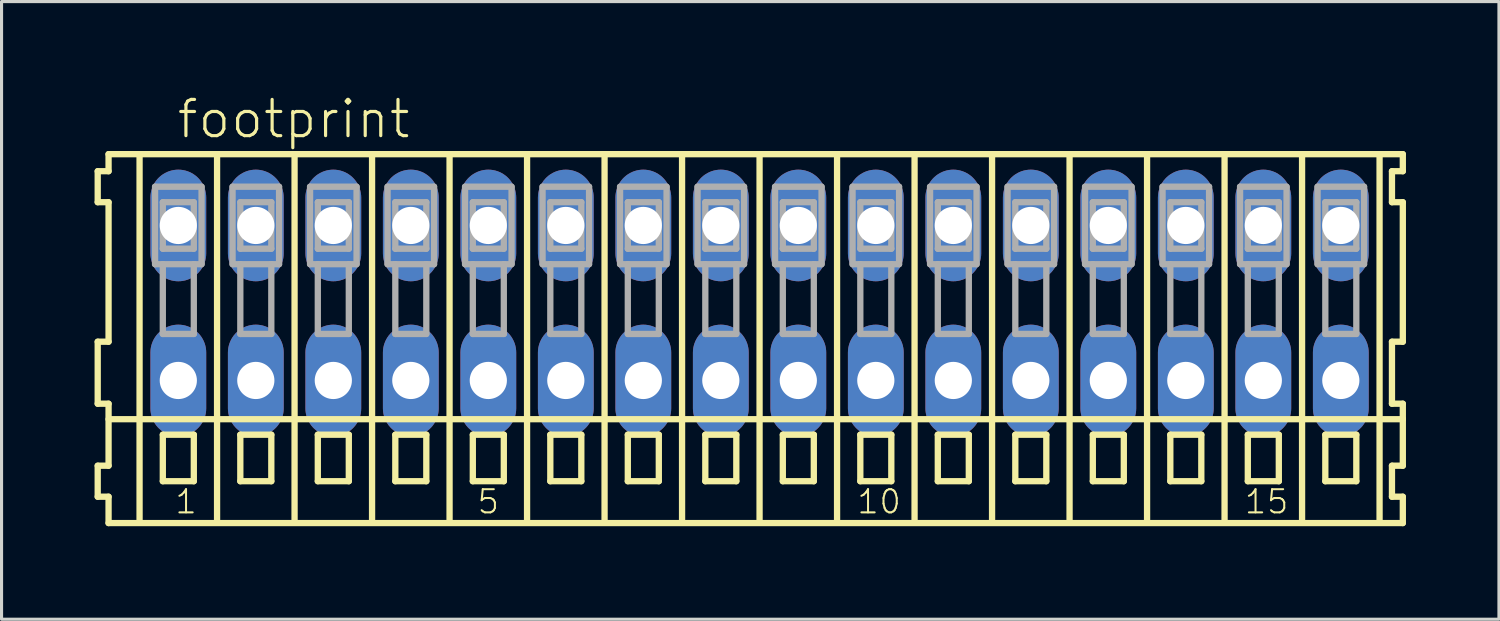
<source format=kicad_pcb>
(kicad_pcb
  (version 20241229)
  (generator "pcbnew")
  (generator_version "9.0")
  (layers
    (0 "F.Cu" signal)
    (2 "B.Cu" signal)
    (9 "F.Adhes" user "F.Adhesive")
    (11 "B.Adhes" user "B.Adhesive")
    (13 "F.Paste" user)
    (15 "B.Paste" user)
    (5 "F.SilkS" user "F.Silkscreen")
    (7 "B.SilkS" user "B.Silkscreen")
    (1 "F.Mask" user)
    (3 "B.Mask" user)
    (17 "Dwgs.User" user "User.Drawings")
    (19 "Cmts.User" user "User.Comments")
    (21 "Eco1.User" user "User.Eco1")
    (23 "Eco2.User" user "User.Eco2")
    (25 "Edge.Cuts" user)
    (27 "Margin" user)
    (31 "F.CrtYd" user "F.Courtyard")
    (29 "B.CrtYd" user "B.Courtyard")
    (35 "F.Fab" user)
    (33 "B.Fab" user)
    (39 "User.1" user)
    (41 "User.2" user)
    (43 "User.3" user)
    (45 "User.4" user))
  (footprint "footprint"
    (layer "F.Cu")
    (at 21.452 6.723)
    (property "Reference" "footprint" (at -18.85 -5.25 0) (layer "F.SilkS") (effects (font (size 1.168 1.168) (thickness 0.102)) (justify left bottom)))
    (fp_line (start -21.35 -4.25) (end -21.35 -3.25) (stroke (width 0.203) (type solid)) (layer "F.SilkS"))
    (fp_line (start -21.35 -3.25) (end -21 -3.25) (stroke (width 0.203) (type solid)) (layer "F.SilkS"))
    (fp_line (start -21.35 1.25) (end -21.35 3.25) (stroke (width 0.203) (type solid)) (layer "F.SilkS"))
    (fp_line (start -21.35 3.25) (end -21 3.25) (stroke (width 0.203) (type solid)) (layer "F.SilkS"))
    (fp_line (start -21.35 5.25) (end -21.35 6.25) (stroke (width 0.203) (type solid)) (layer "F.SilkS"))
    (fp_line (start -21.35 6.25) (end -21 6.25) (stroke (width 0.203) (type solid)) (layer "F.SilkS"))
    (fp_line (start -21 -4.8) (end -21 -4.25) (stroke (width 0.203) (type solid)) (layer "F.SilkS"))
    (fp_line (start -21 -4.25) (end -21.35 -4.25) (stroke (width 0.203) (type solid)) (layer "F.SilkS"))
    (fp_line (start -21 -3.25) (end -21 1.25) (stroke (width 0.203) (type solid)) (layer "F.SilkS"))
    (fp_line (start -21 1.25) (end -21.35 1.25) (stroke (width 0.203) (type solid)) (layer "F.SilkS"))
    (fp_line (start -21 3.25) (end -21 5.25) (stroke (width 0.203) (type solid)) (layer "F.SilkS"))
    (fp_line (start -21 3.75) (end 20.75 3.75) (stroke (width 0.203) (type solid)) (layer "F.SilkS"))
    (fp_line (start -21 5.25) (end -21.35 5.25) (stroke (width 0.203) (type solid)) (layer "F.SilkS"))
    (fp_line (start -21 6.25) (end -21 7.1) (stroke (width 0.203) (type solid)) (layer "F.SilkS"))
    (fp_line (start -21 7.1) (end 20.75 7.1) (stroke (width 0.203) (type solid)) (layer "F.SilkS"))
    (fp_line (start -20 -4.75) (end -20 7) (stroke (width 0.203) (type solid)) (layer "F.SilkS"))
    (fp_line (start -19.25 4.25) (end -19.25 5.75) (stroke (width 0.203) (type solid)) (layer "F.SilkS"))
    (fp_line (start -19.25 5.75) (end -18.25 5.75) (stroke (width 0.203) (type solid)) (layer "F.SilkS"))
    (fp_line (start -18.25 4.25) (end -19.25 4.25) (stroke (width 0.203) (type solid)) (layer "F.SilkS"))
    (fp_line (start -18.25 5.75) (end -18.25 4.25) (stroke (width 0.203) (type solid)) (layer "F.SilkS"))
    (fp_line (start -17.5 -4.75) (end -17.5 7) (stroke (width 0.203) (type solid)) (layer "F.SilkS"))
    (fp_line (start -16.75 4.25) (end -16.75 5.75) (stroke (width 0.203) (type solid)) (layer "F.SilkS"))
    (fp_line (start -16.75 5.75) (end -15.75 5.75) (stroke (width 0.203) (type solid)) (layer "F.SilkS"))
    (fp_line (start -15.75 4.25) (end -16.75 4.25) (stroke (width 0.203) (type solid)) (layer "F.SilkS"))
    (fp_line (start -15.75 5.75) (end -15.75 4.25) (stroke (width 0.203) (type solid)) (layer "F.SilkS"))
    (fp_line (start -15 -4.75) (end -15 7) (stroke (width 0.203) (type solid)) (layer "F.SilkS"))
    (fp_line (start -14.25 4.25) (end -14.25 5.75) (stroke (width 0.203) (type solid)) (layer "F.SilkS"))
    (fp_line (start -14.25 5.75) (end -13.25 5.75) (stroke (width 0.203) (type solid)) (layer "F.SilkS"))
    (fp_line (start -13.25 4.25) (end -14.25 4.25) (stroke (width 0.203) (type solid)) (layer "F.SilkS"))
    (fp_line (start -13.25 5.75) (end -13.25 4.25) (stroke (width 0.203) (type solid)) (layer "F.SilkS"))
    (fp_line (start -12.5 -4.75) (end -12.5 7) (stroke (width 0.203) (type solid)) (layer "F.SilkS"))
    (fp_line (start -11.75 4.25) (end -11.75 5.75) (stroke (width 0.203) (type solid)) (layer "F.SilkS"))
    (fp_line (start -11.75 5.75) (end -10.75 5.75) (stroke (width 0.203) (type solid)) (layer "F.SilkS"))
    (fp_line (start -10.75 4.25) (end -11.75 4.25) (stroke (width 0.203) (type solid)) (layer "F.SilkS"))
    (fp_line (start -10.75 5.75) (end -10.75 4.25) (stroke (width 0.203) (type solid)) (layer "F.SilkS"))
    (fp_line (start -10 -4.75) (end -10 7) (stroke (width 0.203) (type solid)) (layer "F.SilkS"))
    (fp_line (start -9.25 4.25) (end -9.25 5.75) (stroke (width 0.203) (type solid)) (layer "F.SilkS"))
    (fp_line (start -9.25 5.75) (end -8.25 5.75) (stroke (width 0.203) (type solid)) (layer "F.SilkS"))
    (fp_line (start -8.25 4.25) (end -9.25 4.25) (stroke (width 0.203) (type solid)) (layer "F.SilkS"))
    (fp_line (start -8.25 5.75) (end -8.25 4.25) (stroke (width 0.203) (type solid)) (layer "F.SilkS"))
    (fp_line (start -7.5 -4.75) (end -7.5 7) (stroke (width 0.203) (type solid)) (layer "F.SilkS"))
    (fp_line (start -6.75 4.25) (end -6.75 5.75) (stroke (width 0.203) (type solid)) (layer "F.SilkS"))
    (fp_line (start -6.75 5.75) (end -5.75 5.75) (stroke (width 0.203) (type solid)) (layer "F.SilkS"))
    (fp_line (start -5.75 4.25) (end -6.75 4.25) (stroke (width 0.203) (type solid)) (layer "F.SilkS"))
    (fp_line (start -5.75 5.75) (end -5.75 4.25) (stroke (width 0.203) (type solid)) (layer "F.SilkS"))
    (fp_line (start -5 -4.75) (end -5 7) (stroke (width 0.203) (type solid)) (layer "F.SilkS"))
    (fp_line (start -4.25 4.25) (end -4.25 5.75) (stroke (width 0.203) (type solid)) (layer "F.SilkS"))
    (fp_line (start -4.25 5.75) (end -3.25 5.75) (stroke (width 0.203) (type solid)) (layer "F.SilkS"))
    (fp_line (start -3.25 4.25) (end -4.25 4.25) (stroke (width 0.203) (type solid)) (layer "F.SilkS"))
    (fp_line (start -3.25 5.75) (end -3.25 4.25) (stroke (width 0.203) (type solid)) (layer "F.SilkS"))
    (fp_line (start -2.5 -4.75) (end -2.5 7) (stroke (width 0.203) (type solid)) (layer "F.SilkS"))
    (fp_line (start -1.75 4.25) (end -1.75 5.75) (stroke (width 0.203) (type solid)) (layer "F.SilkS"))
    (fp_line (start -1.75 5.75) (end -0.75 5.75) (stroke (width 0.203) (type solid)) (layer "F.SilkS"))
    (fp_line (start -0.75 4.25) (end -1.75 4.25) (stroke (width 0.203) (type solid)) (layer "F.SilkS"))
    (fp_line (start -0.75 5.75) (end -0.75 4.25) (stroke (width 0.203) (type solid)) (layer "F.SilkS"))
    (fp_line (start 0 -4.75) (end 0 7) (stroke (width 0.203) (type solid)) (layer "F.SilkS"))
    (fp_line (start 0.75 4.25) (end 0.75 5.75) (stroke (width 0.203) (type solid)) (layer "F.SilkS"))
    (fp_line (start 0.75 5.75) (end 1.75 5.75) (stroke (width 0.203) (type solid)) (layer "F.SilkS"))
    (fp_line (start 1.75 4.25) (end 0.75 4.25) (stroke (width 0.203) (type solid)) (layer "F.SilkS"))
    (fp_line (start 1.75 5.75) (end 1.75 4.25) (stroke (width 0.203) (type solid)) (layer "F.SilkS"))
    (fp_line (start 2.5 -4.75) (end 2.5 7) (stroke (width 0.203) (type solid)) (layer "F.SilkS"))
    (fp_line (start 3.25 4.25) (end 3.25 5.75) (stroke (width 0.203) (type solid)) (layer "F.SilkS"))
    (fp_line (start 3.25 5.75) (end 4.25 5.75) (stroke (width 0.203) (type solid)) (layer "F.SilkS"))
    (fp_line (start 4.25 4.25) (end 3.25 4.25) (stroke (width 0.203) (type solid)) (layer "F.SilkS"))
    (fp_line (start 4.25 5.75) (end 4.25 4.25) (stroke (width 0.203) (type solid)) (layer "F.SilkS"))
    (fp_line (start 5 -4.75) (end 5 7) (stroke (width 0.203) (type solid)) (layer "F.SilkS"))
    (fp_line (start 5.75 4.25) (end 5.75 5.75) (stroke (width 0.203) (type solid)) (layer "F.SilkS"))
    (fp_line (start 5.75 5.75) (end 6.75 5.75) (stroke (width 0.203) (type solid)) (layer "F.SilkS"))
    (fp_line (start 6.75 4.25) (end 5.75 4.25) (stroke (width 0.203) (type solid)) (layer "F.SilkS"))
    (fp_line (start 6.75 5.75) (end 6.75 4.25) (stroke (width 0.203) (type solid)) (layer "F.SilkS"))
    (fp_line (start 7.5 -4.75) (end 7.5 7) (stroke (width 0.203) (type solid)) (layer "F.SilkS"))
    (fp_line (start 8.25 4.25) (end 8.25 5.75) (stroke (width 0.203) (type solid)) (layer "F.SilkS"))
    (fp_line (start 8.25 5.75) (end 9.25 5.75) (stroke (width 0.203) (type solid)) (layer "F.SilkS"))
    (fp_line (start 9.25 4.25) (end 8.25 4.25) (stroke (width 0.203) (type solid)) (layer "F.SilkS"))
    (fp_line (start 9.25 5.75) (end 9.25 4.25) (stroke (width 0.203) (type solid)) (layer "F.SilkS"))
    (fp_line (start 10 -4.75) (end 10 7) (stroke (width 0.203) (type solid)) (layer "F.SilkS"))
    (fp_line (start 10.75 4.25) (end 10.75 5.75) (stroke (width 0.203) (type solid)) (layer "F.SilkS"))
    (fp_line (start 10.75 5.75) (end 11.75 5.75) (stroke (width 0.203) (type solid)) (layer "F.SilkS"))
    (fp_line (start 11.75 4.25) (end 10.75 4.25) (stroke (width 0.203) (type solid)) (layer "F.SilkS"))
    (fp_line (start 11.75 5.75) (end 11.75 4.25) (stroke (width 0.203) (type solid)) (layer "F.SilkS"))
    (fp_line (start 12.5 -4.75) (end 12.5 7) (stroke (width 0.203) (type solid)) (layer "F.SilkS"))
    (fp_line (start 13.25 4.25) (end 13.25 5.75) (stroke (width 0.203) (type solid)) (layer "F.SilkS"))
    (fp_line (start 13.25 5.75) (end 14.25 5.75) (stroke (width 0.203) (type solid)) (layer "F.SilkS"))
    (fp_line (start 14.25 4.25) (end 13.25 4.25) (stroke (width 0.203) (type solid)) (layer "F.SilkS"))
    (fp_line (start 14.25 5.75) (end 14.25 4.25) (stroke (width 0.203) (type solid)) (layer "F.SilkS"))
    (fp_line (start 15 -4.75) (end 15 7) (stroke (width 0.203) (type solid)) (layer "F.SilkS"))
    (fp_line (start 15.75 4.25) (end 15.75 5.75) (stroke (width 0.203) (type solid)) (layer "F.SilkS"))
    (fp_line (start 15.75 5.75) (end 16.75 5.75) (stroke (width 0.203) (type solid)) (layer "F.SilkS"))
    (fp_line (start 16.75 4.25) (end 15.75 4.25) (stroke (width 0.203) (type solid)) (layer "F.SilkS"))
    (fp_line (start 16.75 5.75) (end 16.75 4.25) (stroke (width 0.203) (type solid)) (layer "F.SilkS"))
    (fp_line (start 17.5 -4.75) (end 17.5 7) (stroke (width 0.203) (type solid)) (layer "F.SilkS"))
    (fp_line (start 18.25 4.25) (end 18.25 5.75) (stroke (width 0.203) (type solid)) (layer "F.SilkS"))
    (fp_line (start 18.25 5.75) (end 19.25 5.75) (stroke (width 0.203) (type solid)) (layer "F.SilkS"))
    (fp_line (start 19.25 4.25) (end 18.25 4.25) (stroke (width 0.203) (type solid)) (layer "F.SilkS"))
    (fp_line (start 19.25 5.75) (end 19.25 4.25) (stroke (width 0.203) (type solid)) (layer "F.SilkS"))
    (fp_line (start 20 -4.75) (end 20 7) (stroke (width 0.203) (type solid)) (layer "F.SilkS"))
    (fp_line (start 20.4 -4.25) (end 20.4 -3.25) (stroke (width 0.203) (type solid)) (layer "F.SilkS"))
    (fp_line (start 20.4 -3.25) (end 20.75 -3.25) (stroke (width 0.203) (type solid)) (layer "F.SilkS"))
    (fp_line (start 20.4 1.25) (end 20.4 3.25) (stroke (width 0.203) (type solid)) (layer "F.SilkS"))
    (fp_line (start 20.4 3.25) (end 20.75 3.25) (stroke (width 0.203) (type solid)) (layer "F.SilkS"))
    (fp_line (start 20.4 5.25) (end 20.4 6.25) (stroke (width 0.203) (type solid)) (layer "F.SilkS"))
    (fp_line (start 20.4 6.25) (end 20.75 6.25) (stroke (width 0.203) (type solid)) (layer "F.SilkS"))
    (fp_line (start 20.75 -4.8) (end -21 -4.8) (stroke (width 0.203) (type solid)) (layer "F.SilkS"))
    (fp_line (start 20.75 -4.25) (end 20.4 -4.25) (stroke (width 0.203) (type solid)) (layer "F.SilkS"))
    (fp_line (start 20.75 -4.25) (end 20.75 -4.8) (stroke (width 0.203) (type solid)) (layer "F.SilkS"))
    (fp_line (start 20.75 1.25) (end 20.4 1.25) (stroke (width 0.203) (type solid)) (layer "F.SilkS"))
    (fp_line (start 20.75 1.25) (end 20.75 -3.25) (stroke (width 0.203) (type solid)) (layer "F.SilkS"))
    (fp_line (start 20.75 3.75) (end 20.75 3.25) (stroke (width 0.203) (type solid)) (layer "F.SilkS"))
    (fp_line (start 20.75 5.25) (end 20.4 5.25) (stroke (width 0.203) (type solid)) (layer "F.SilkS"))
    (fp_line (start 20.75 5.25) (end 20.75 3.75) (stroke (width 0.203) (type solid)) (layer "F.SilkS"))
    (fp_line (start 20.75 7.1) (end 20.75 6.25) (stroke (width 0.203) (type solid)) (layer "F.SilkS"))
    (fp_line (start -19.5 -3.75) (end -19.5 -1.25) (stroke (width 0.203) (type solid)) (layer "F.Fab"))
    (fp_line (start -19.5 -1.25) (end -19.25 -1.25) (stroke (width 0.203) (type solid)) (layer "F.Fab"))
    (fp_line (start -19.25 -3.25) (end -19.25 -1.75) (stroke (width 0.203) (type solid)) (layer "F.Fab"))
    (fp_line (start -19.25 -1.75) (end -18.25 -1.75) (stroke (width 0.203) (type solid)) (layer "F.Fab"))
    (fp_line (start -19.25 -1.25) (end -19.25 1) (stroke (width 0.203) (type solid)) (layer "F.Fab"))
    (fp_line (start -19.25 -1.25) (end -18.25 -1.25) (stroke (width 0.203) (type solid)) (layer "F.Fab"))
    (fp_line (start -19.25 1) (end -18.25 1) (stroke (width 0.203) (type solid)) (layer "F.Fab"))
    (fp_line (start -18.25 -3.25) (end -19.25 -3.25) (stroke (width 0.203) (type solid)) (layer "F.Fab"))
    (fp_line (start -18.25 -1.75) (end -18.25 -3.25) (stroke (width 0.203) (type solid)) (layer "F.Fab"))
    (fp_line (start -18.25 -1.25) (end -18 -1.25) (stroke (width 0.203) (type solid)) (layer "F.Fab"))
    (fp_line (start -18.25 1) (end -18.25 -1.25) (stroke (width 0.203) (type solid)) (layer "F.Fab"))
    (fp_line (start -18 -3.75) (end -19.5 -3.75) (stroke (width 0.203) (type solid)) (layer "F.Fab"))
    (fp_line (start -18 -1.25) (end -18 -3.75) (stroke (width 0.203) (type solid)) (layer "F.Fab"))
    (fp_line (start -17 -3.75) (end -17 -1.25) (stroke (width 0.203) (type solid)) (layer "F.Fab"))
    (fp_line (start -17 -1.25) (end -16.75 -1.25) (stroke (width 0.203) (type solid)) (layer "F.Fab"))
    (fp_line (start -16.75 -3.25) (end -16.75 -1.75) (stroke (width 0.203) (type solid)) (layer "F.Fab"))
    (fp_line (start -16.75 -1.75) (end -15.75 -1.75) (stroke (width 0.203) (type solid)) (layer "F.Fab"))
    (fp_line (start -16.75 -1.25) (end -16.75 1) (stroke (width 0.203) (type solid)) (layer "F.Fab"))
    (fp_line (start -16.75 -1.25) (end -15.75 -1.25) (stroke (width 0.203) (type solid)) (layer "F.Fab"))
    (fp_line (start -16.75 1) (end -15.75 1) (stroke (width 0.203) (type solid)) (layer "F.Fab"))
    (fp_line (start -15.75 -3.25) (end -16.75 -3.25) (stroke (width 0.203) (type solid)) (layer "F.Fab"))
    (fp_line (start -15.75 -1.75) (end -15.75 -3.25) (stroke (width 0.203) (type solid)) (layer "F.Fab"))
    (fp_line (start -15.75 -1.25) (end -15.5 -1.25) (stroke (width 0.203) (type solid)) (layer "F.Fab"))
    (fp_line (start -15.75 1) (end -15.75 -1.25) (stroke (width 0.203) (type solid)) (layer "F.Fab"))
    (fp_line (start -15.5 -3.75) (end -17 -3.75) (stroke (width 0.203) (type solid)) (layer "F.Fab"))
    (fp_line (start -15.5 -1.25) (end -15.5 -3.75) (stroke (width 0.203) (type solid)) (layer "F.Fab"))
    (fp_line (start -14.5 -3.75) (end -14.5 -1.25) (stroke (width 0.203) (type solid)) (layer "F.Fab"))
    (fp_line (start -14.5 -1.25) (end -14.25 -1.25) (stroke (width 0.203) (type solid)) (layer "F.Fab"))
    (fp_line (start -14.25 -3.25) (end -14.25 -1.75) (stroke (width 0.203) (type solid)) (layer "F.Fab"))
    (fp_line (start -14.25 -1.75) (end -13.25 -1.75) (stroke (width 0.203) (type solid)) (layer "F.Fab"))
    (fp_line (start -14.25 -1.25) (end -14.25 1) (stroke (width 0.203) (type solid)) (layer "F.Fab"))
    (fp_line (start -14.25 -1.25) (end -13.25 -1.25) (stroke (width 0.203) (type solid)) (layer "F.Fab"))
    (fp_line (start -14.25 1) (end -13.25 1) (stroke (width 0.203) (type solid)) (layer "F.Fab"))
    (fp_line (start -13.25 -3.25) (end -14.25 -3.25) (stroke (width 0.203) (type solid)) (layer "F.Fab"))
    (fp_line (start -13.25 -1.75) (end -13.25 -3.25) (stroke (width 0.203) (type solid)) (layer "F.Fab"))
    (fp_line (start -13.25 -1.25) (end -13 -1.25) (stroke (width 0.203) (type solid)) (layer "F.Fab"))
    (fp_line (start -13.25 1) (end -13.25 -1.25) (stroke (width 0.203) (type solid)) (layer "F.Fab"))
    (fp_line (start -13 -3.75) (end -14.5 -3.75) (stroke (width 0.203) (type solid)) (layer "F.Fab"))
    (fp_line (start -13 -1.25) (end -13 -3.75) (stroke (width 0.203) (type solid)) (layer "F.Fab"))
    (fp_line (start -12 -3.75) (end -12 -1.25) (stroke (width 0.203) (type solid)) (layer "F.Fab"))
    (fp_line (start -12 -1.25) (end -11.75 -1.25) (stroke (width 0.203) (type solid)) (layer "F.Fab"))
    (fp_line (start -11.75 -3.25) (end -11.75 -1.75) (stroke (width 0.203) (type solid)) (layer "F.Fab"))
    (fp_line (start -11.75 -1.75) (end -10.75 -1.75) (stroke (width 0.203) (type solid)) (layer "F.Fab"))
    (fp_line (start -11.75 -1.25) (end -11.75 1) (stroke (width 0.203) (type solid)) (layer "F.Fab"))
    (fp_line (start -11.75 -1.25) (end -10.75 -1.25) (stroke (width 0.203) (type solid)) (layer "F.Fab"))
    (fp_line (start -11.75 1) (end -10.75 1) (stroke (width 0.203) (type solid)) (layer "F.Fab"))
    (fp_line (start -10.75 -3.25) (end -11.75 -3.25) (stroke (width 0.203) (type solid)) (layer "F.Fab"))
    (fp_line (start -10.75 -1.75) (end -10.75 -3.25) (stroke (width 0.203) (type solid)) (layer "F.Fab"))
    (fp_line (start -10.75 -1.25) (end -10.5 -1.25) (stroke (width 0.203) (type solid)) (layer "F.Fab"))
    (fp_line (start -10.75 1) (end -10.75 -1.25) (stroke (width 0.203) (type solid)) (layer "F.Fab"))
    (fp_line (start -10.5 -3.75) (end -12 -3.75) (stroke (width 0.203) (type solid)) (layer "F.Fab"))
    (fp_line (start -10.5 -1.25) (end -10.5 -3.75) (stroke (width 0.203) (type solid)) (layer "F.Fab"))
    (fp_line (start -9.5 -3.75) (end -9.5 -1.25) (stroke (width 0.203) (type solid)) (layer "F.Fab"))
    (fp_line (start -9.5 -1.25) (end -9.25 -1.25) (stroke (width 0.203) (type solid)) (layer "F.Fab"))
    (fp_line (start -9.25 -3.25) (end -9.25 -1.75) (stroke (width 0.203) (type solid)) (layer "F.Fab"))
    (fp_line (start -9.25 -1.75) (end -8.25 -1.75) (stroke (width 0.203) (type solid)) (layer "F.Fab"))
    (fp_line (start -9.25 -1.25) (end -9.25 1) (stroke (width 0.203) (type solid)) (layer "F.Fab"))
    (fp_line (start -9.25 -1.25) (end -8.25 -1.25) (stroke (width 0.203) (type solid)) (layer "F.Fab"))
    (fp_line (start -9.25 1) (end -8.25 1) (stroke (width 0.203) (type solid)) (layer "F.Fab"))
    (fp_line (start -8.25 -3.25) (end -9.25 -3.25) (stroke (width 0.203) (type solid)) (layer "F.Fab"))
    (fp_line (start -8.25 -1.75) (end -8.25 -3.25) (stroke (width 0.203) (type solid)) (layer "F.Fab"))
    (fp_line (start -8.25 -1.25) (end -8 -1.25) (stroke (width 0.203) (type solid)) (layer "F.Fab"))
    (fp_line (start -8.25 1) (end -8.25 -1.25) (stroke (width 0.203) (type solid)) (layer "F.Fab"))
    (fp_line (start -8 -3.75) (end -9.5 -3.75) (stroke (width 0.203) (type solid)) (layer "F.Fab"))
    (fp_line (start -8 -1.25) (end -8 -3.75) (stroke (width 0.203) (type solid)) (layer "F.Fab"))
    (fp_line (start -7 -3.75) (end -7 -1.25) (stroke (width 0.203) (type solid)) (layer "F.Fab"))
    (fp_line (start -7 -1.25) (end -6.75 -1.25) (stroke (width 0.203) (type solid)) (layer "F.Fab"))
    (fp_line (start -6.75 -3.25) (end -6.75 -1.75) (stroke (width 0.203) (type solid)) (layer "F.Fab"))
    (fp_line (start -6.75 -1.75) (end -5.75 -1.75) (stroke (width 0.203) (type solid)) (layer "F.Fab"))
    (fp_line (start -6.75 -1.25) (end -6.75 1) (stroke (width 0.203) (type solid)) (layer "F.Fab"))
    (fp_line (start -6.75 -1.25) (end -5.75 -1.25) (stroke (width 0.203) (type solid)) (layer "F.Fab"))
    (fp_line (start -6.75 1) (end -5.75 1) (stroke (width 0.203) (type solid)) (layer "F.Fab"))
    (fp_line (start -5.75 -3.25) (end -6.75 -3.25) (stroke (width 0.203) (type solid)) (layer "F.Fab"))
    (fp_line (start -5.75 -1.75) (end -5.75 -3.25) (stroke (width 0.203) (type solid)) (layer "F.Fab"))
    (fp_line (start -5.75 -1.25) (end -5.5 -1.25) (stroke (width 0.203) (type solid)) (layer "F.Fab"))
    (fp_line (start -5.75 1) (end -5.75 -1.25) (stroke (width 0.203) (type solid)) (layer "F.Fab"))
    (fp_line (start -5.5 -3.75) (end -7 -3.75) (stroke (width 0.203) (type solid)) (layer "F.Fab"))
    (fp_line (start -5.5 -1.25) (end -5.5 -3.75) (stroke (width 0.203) (type solid)) (layer "F.Fab"))
    (fp_line (start -4.5 -3.75) (end -4.5 -1.25) (stroke (width 0.203) (type solid)) (layer "F.Fab"))
    (fp_line (start -4.5 -1.25) (end -4.25 -1.25) (stroke (width 0.203) (type solid)) (layer "F.Fab"))
    (fp_line (start -4.25 -3.25) (end -4.25 -1.75) (stroke (width 0.203) (type solid)) (layer "F.Fab"))
    (fp_line (start -4.25 -1.75) (end -3.25 -1.75) (stroke (width 0.203) (type solid)) (layer "F.Fab"))
    (fp_line (start -4.25 -1.25) (end -4.25 1) (stroke (width 0.203) (type solid)) (layer "F.Fab"))
    (fp_line (start -4.25 -1.25) (end -3.25 -1.25) (stroke (width 0.203) (type solid)) (layer "F.Fab"))
    (fp_line (start -4.25 1) (end -3.25 1) (stroke (width 0.203) (type solid)) (layer "F.Fab"))
    (fp_line (start -3.25 -3.25) (end -4.25 -3.25) (stroke (width 0.203) (type solid)) (layer "F.Fab"))
    (fp_line (start -3.25 -1.75) (end -3.25 -3.25) (stroke (width 0.203) (type solid)) (layer "F.Fab"))
    (fp_line (start -3.25 -1.25) (end -3 -1.25) (stroke (width 0.203) (type solid)) (layer "F.Fab"))
    (fp_line (start -3.25 1) (end -3.25 -1.25) (stroke (width 0.203) (type solid)) (layer "F.Fab"))
    (fp_line (start -3 -3.75) (end -4.5 -3.75) (stroke (width 0.203) (type solid)) (layer "F.Fab"))
    (fp_line (start -3 -1.25) (end -3 -3.75) (stroke (width 0.203) (type solid)) (layer "F.Fab"))
    (fp_line (start -2 -3.75) (end -2 -1.25) (stroke (width 0.203) (type solid)) (layer "F.Fab"))
    (fp_line (start -2 -1.25) (end -1.75 -1.25) (stroke (width 0.203) (type solid)) (layer "F.Fab"))
    (fp_line (start -1.75 -3.25) (end -1.75 -1.75) (stroke (width 0.203) (type solid)) (layer "F.Fab"))
    (fp_line (start -1.75 -1.75) (end -0.75 -1.75) (stroke (width 0.203) (type solid)) (layer "F.Fab"))
    (fp_line (start -1.75 -1.25) (end -1.75 1) (stroke (width 0.203) (type solid)) (layer "F.Fab"))
    (fp_line (start -1.75 -1.25) (end -0.75 -1.25) (stroke (width 0.203) (type solid)) (layer "F.Fab"))
    (fp_line (start -1.75 1) (end -0.75 1) (stroke (width 0.203) (type solid)) (layer "F.Fab"))
    (fp_line (start -0.75 -3.25) (end -1.75 -3.25) (stroke (width 0.203) (type solid)) (layer "F.Fab"))
    (fp_line (start -0.75 -1.75) (end -0.75 -3.25) (stroke (width 0.203) (type solid)) (layer "F.Fab"))
    (fp_line (start -0.75 -1.25) (end -0.5 -1.25) (stroke (width 0.203) (type solid)) (layer "F.Fab"))
    (fp_line (start -0.75 1) (end -0.75 -1.25) (stroke (width 0.203) (type solid)) (layer "F.Fab"))
    (fp_line (start -0.5 -3.75) (end -2 -3.75) (stroke (width 0.203) (type solid)) (layer "F.Fab"))
    (fp_line (start -0.5 -1.25) (end -0.5 -3.75) (stroke (width 0.203) (type solid)) (layer "F.Fab"))
    (fp_line (start 0.5 -3.75) (end 0.5 -1.25) (stroke (width 0.203) (type solid)) (layer "F.Fab"))
    (fp_line (start 0.5 -1.25) (end 0.75 -1.25) (stroke (width 0.203) (type solid)) (layer "F.Fab"))
    (fp_line (start 0.75 -3.25) (end 0.75 -1.75) (stroke (width 0.203) (type solid)) (layer "F.Fab"))
    (fp_line (start 0.75 -1.75) (end 1.75 -1.75) (stroke (width 0.203) (type solid)) (layer "F.Fab"))
    (fp_line (start 0.75 -1.25) (end 0.75 1) (stroke (width 0.203) (type solid)) (layer "F.Fab"))
    (fp_line (start 0.75 -1.25) (end 1.75 -1.25) (stroke (width 0.203) (type solid)) (layer "F.Fab"))
    (fp_line (start 0.75 1) (end 1.75 1) (stroke (width 0.203) (type solid)) (layer "F.Fab"))
    (fp_line (start 1.75 -3.25) (end 0.75 -3.25) (stroke (width 0.203) (type solid)) (layer "F.Fab"))
    (fp_line (start 1.75 -1.75) (end 1.75 -3.25) (stroke (width 0.203) (type solid)) (layer "F.Fab"))
    (fp_line (start 1.75 -1.25) (end 2 -1.25) (stroke (width 0.203) (type solid)) (layer "F.Fab"))
    (fp_line (start 1.75 1) (end 1.75 -1.25) (stroke (width 0.203) (type solid)) (layer "F.Fab"))
    (fp_line (start 2 -3.75) (end 0.5 -3.75) (stroke (width 0.203) (type solid)) (layer "F.Fab"))
    (fp_line (start 2 -1.25) (end 2 -3.75) (stroke (width 0.203) (type solid)) (layer "F.Fab"))
    (fp_line (start 3 -3.75) (end 3 -1.25) (stroke (width 0.203) (type solid)) (layer "F.Fab"))
    (fp_line (start 3 -1.25) (end 3.25 -1.25) (stroke (width 0.203) (type solid)) (layer "F.Fab"))
    (fp_line (start 3.25 -3.25) (end 3.25 -1.75) (stroke (width 0.203) (type solid)) (layer "F.Fab"))
    (fp_line (start 3.25 -1.75) (end 4.25 -1.75) (stroke (width 0.203) (type solid)) (layer "F.Fab"))
    (fp_line (start 3.25 -1.25) (end 3.25 1) (stroke (width 0.203) (type solid)) (layer "F.Fab"))
    (fp_line (start 3.25 -1.25) (end 4.25 -1.25) (stroke (width 0.203) (type solid)) (layer "F.Fab"))
    (fp_line (start 3.25 1) (end 4.25 1) (stroke (width 0.203) (type solid)) (layer "F.Fab"))
    (fp_line (start 4.25 -3.25) (end 3.25 -3.25) (stroke (width 0.203) (type solid)) (layer "F.Fab"))
    (fp_line (start 4.25 -1.75) (end 4.25 -3.25) (stroke (width 0.203) (type solid)) (layer "F.Fab"))
    (fp_line (start 4.25 -1.25) (end 4.5 -1.25) (stroke (width 0.203) (type solid)) (layer "F.Fab"))
    (fp_line (start 4.25 1) (end 4.25 -1.25) (stroke (width 0.203) (type solid)) (layer "F.Fab"))
    (fp_line (start 4.5 -3.75) (end 3 -3.75) (stroke (width 0.203) (type solid)) (layer "F.Fab"))
    (fp_line (start 4.5 -1.25) (end 4.5 -3.75) (stroke (width 0.203) (type solid)) (layer "F.Fab"))
    (fp_line (start 5.5 -3.75) (end 5.5 -1.25) (stroke (width 0.203) (type solid)) (layer "F.Fab"))
    (fp_line (start 5.5 -1.25) (end 5.75 -1.25) (stroke (width 0.203) (type solid)) (layer "F.Fab"))
    (fp_line (start 5.75 -3.25) (end 5.75 -1.75) (stroke (width 0.203) (type solid)) (layer "F.Fab"))
    (fp_line (start 5.75 -1.75) (end 6.75 -1.75) (stroke (width 0.203) (type solid)) (layer "F.Fab"))
    (fp_line (start 5.75 -1.25) (end 5.75 1) (stroke (width 0.203) (type solid)) (layer "F.Fab"))
    (fp_line (start 5.75 -1.25) (end 6.75 -1.25) (stroke (width 0.203) (type solid)) (layer "F.Fab"))
    (fp_line (start 5.75 1) (end 6.75 1) (stroke (width 0.203) (type solid)) (layer "F.Fab"))
    (fp_line (start 6.75 -3.25) (end 5.75 -3.25) (stroke (width 0.203) (type solid)) (layer "F.Fab"))
    (fp_line (start 6.75 -1.75) (end 6.75 -3.25) (stroke (width 0.203) (type solid)) (layer "F.Fab"))
    (fp_line (start 6.75 -1.25) (end 7 -1.25) (stroke (width 0.203) (type solid)) (layer "F.Fab"))
    (fp_line (start 6.75 1) (end 6.75 -1.25) (stroke (width 0.203) (type solid)) (layer "F.Fab"))
    (fp_line (start 7 -3.75) (end 5.5 -3.75) (stroke (width 0.203) (type solid)) (layer "F.Fab"))
    (fp_line (start 7 -1.25) (end 7 -3.75) (stroke (width 0.203) (type solid)) (layer "F.Fab"))
    (fp_line (start 8 -3.75) (end 8 -1.25) (stroke (width 0.203) (type solid)) (layer "F.Fab"))
    (fp_line (start 8 -1.25) (end 8.25 -1.25) (stroke (width 0.203) (type solid)) (layer "F.Fab"))
    (fp_line (start 8.25 -3.25) (end 8.25 -1.75) (stroke (width 0.203) (type solid)) (layer "F.Fab"))
    (fp_line (start 8.25 -1.75) (end 9.25 -1.75) (stroke (width 0.203) (type solid)) (layer "F.Fab"))
    (fp_line (start 8.25 -1.25) (end 8.25 1) (stroke (width 0.203) (type solid)) (layer "F.Fab"))
    (fp_line (start 8.25 -1.25) (end 9.25 -1.25) (stroke (width 0.203) (type solid)) (layer "F.Fab"))
    (fp_line (start 8.25 1) (end 9.25 1) (stroke (width 0.203) (type solid)) (layer "F.Fab"))
    (fp_line (start 9.25 -3.25) (end 8.25 -3.25) (stroke (width 0.203) (type solid)) (layer "F.Fab"))
    (fp_line (start 9.25 -1.75) (end 9.25 -3.25) (stroke (width 0.203) (type solid)) (layer "F.Fab"))
    (fp_line (start 9.25 -1.25) (end 9.5 -1.25) (stroke (width 0.203) (type solid)) (layer "F.Fab"))
    (fp_line (start 9.25 1) (end 9.25 -1.25) (stroke (width 0.203) (type solid)) (layer "F.Fab"))
    (fp_line (start 9.5 -3.75) (end 8 -3.75) (stroke (width 0.203) (type solid)) (layer "F.Fab"))
    (fp_line (start 9.5 -1.25) (end 9.5 -3.75) (stroke (width 0.203) (type solid)) (layer "F.Fab"))
    (fp_line (start 10.5 -3.75) (end 10.5 -1.25) (stroke (width 0.203) (type solid)) (layer "F.Fab"))
    (fp_line (start 10.5 -1.25) (end 10.75 -1.25) (stroke (width 0.203) (type solid)) (layer "F.Fab"))
    (fp_line (start 10.75 -3.25) (end 10.75 -1.75) (stroke (width 0.203) (type solid)) (layer "F.Fab"))
    (fp_line (start 10.75 -1.75) (end 11.75 -1.75) (stroke (width 0.203) (type solid)) (layer "F.Fab"))
    (fp_line (start 10.75 -1.25) (end 10.75 1) (stroke (width 0.203) (type solid)) (layer "F.Fab"))
    (fp_line (start 10.75 -1.25) (end 11.75 -1.25) (stroke (width 0.203) (type solid)) (layer "F.Fab"))
    (fp_line (start 10.75 1) (end 11.75 1) (stroke (width 0.203) (type solid)) (layer "F.Fab"))
    (fp_line (start 11.75 -3.25) (end 10.75 -3.25) (stroke (width 0.203) (type solid)) (layer "F.Fab"))
    (fp_line (start 11.75 -1.75) (end 11.75 -3.25) (stroke (width 0.203) (type solid)) (layer "F.Fab"))
    (fp_line (start 11.75 -1.25) (end 12 -1.25) (stroke (width 0.203) (type solid)) (layer "F.Fab"))
    (fp_line (start 11.75 1) (end 11.75 -1.25) (stroke (width 0.203) (type solid)) (layer "F.Fab"))
    (fp_line (start 12 -3.75) (end 10.5 -3.75) (stroke (width 0.203) (type solid)) (layer "F.Fab"))
    (fp_line (start 12 -1.25) (end 12 -3.75) (stroke (width 0.203) (type solid)) (layer "F.Fab"))
    (fp_line (start 13 -3.75) (end 13 -1.25) (stroke (width 0.203) (type solid)) (layer "F.Fab"))
    (fp_line (start 13 -1.25) (end 13.25 -1.25) (stroke (width 0.203) (type solid)) (layer "F.Fab"))
    (fp_line (start 13.25 -3.25) (end 13.25 -1.75) (stroke (width 0.203) (type solid)) (layer "F.Fab"))
    (fp_line (start 13.25 -1.75) (end 14.25 -1.75) (stroke (width 0.203) (type solid)) (layer "F.Fab"))
    (fp_line (start 13.25 -1.25) (end 13.25 1) (stroke (width 0.203) (type solid)) (layer "F.Fab"))
    (fp_line (start 13.25 -1.25) (end 14.25 -1.25) (stroke (width 0.203) (type solid)) (layer "F.Fab"))
    (fp_line (start 13.25 1) (end 14.25 1) (stroke (width 0.203) (type solid)) (layer "F.Fab"))
    (fp_line (start 14.25 -3.25) (end 13.25 -3.25) (stroke (width 0.203) (type solid)) (layer "F.Fab"))
    (fp_line (start 14.25 -1.75) (end 14.25 -3.25) (stroke (width 0.203) (type solid)) (layer "F.Fab"))
    (fp_line (start 14.25 -1.25) (end 14.5 -1.25) (stroke (width 0.203) (type solid)) (layer "F.Fab"))
    (fp_line (start 14.25 1) (end 14.25 -1.25) (stroke (width 0.203) (type solid)) (layer "F.Fab"))
    (fp_line (start 14.5 -3.75) (end 13 -3.75) (stroke (width 0.203) (type solid)) (layer "F.Fab"))
    (fp_line (start 14.5 -1.25) (end 14.5 -3.75) (stroke (width 0.203) (type solid)) (layer "F.Fab"))
    (fp_line (start 15.5 -3.75) (end 15.5 -1.25) (stroke (width 0.203) (type solid)) (layer "F.Fab"))
    (fp_line (start 15.5 -1.25) (end 15.75 -1.25) (stroke (width 0.203) (type solid)) (layer "F.Fab"))
    (fp_line (start 15.75 -3.25) (end 15.75 -1.75) (stroke (width 0.203) (type solid)) (layer "F.Fab"))
    (fp_line (start 15.75 -1.75) (end 16.75 -1.75) (stroke (width 0.203) (type solid)) (layer "F.Fab"))
    (fp_line (start 15.75 -1.25) (end 15.75 1) (stroke (width 0.203) (type solid)) (layer "F.Fab"))
    (fp_line (start 15.75 -1.25) (end 16.75 -1.25) (stroke (width 0.203) (type solid)) (layer "F.Fab"))
    (fp_line (start 15.75 1) (end 16.75 1) (stroke (width 0.203) (type solid)) (layer "F.Fab"))
    (fp_line (start 16.75 -3.25) (end 15.75 -3.25) (stroke (width 0.203) (type solid)) (layer "F.Fab"))
    (fp_line (start 16.75 -1.75) (end 16.75 -3.25) (stroke (width 0.203) (type solid)) (layer "F.Fab"))
    (fp_line (start 16.75 -1.25) (end 17 -1.25) (stroke (width 0.203) (type solid)) (layer "F.Fab"))
    (fp_line (start 16.75 1) (end 16.75 -1.25) (stroke (width 0.203) (type solid)) (layer "F.Fab"))
    (fp_line (start 17 -3.75) (end 15.5 -3.75) (stroke (width 0.203) (type solid)) (layer "F.Fab"))
    (fp_line (start 17 -1.25) (end 17 -3.75) (stroke (width 0.203) (type solid)) (layer "F.Fab"))
    (fp_line (start 18 -3.75) (end 18 -1.25) (stroke (width 0.203) (type solid)) (layer "F.Fab"))
    (fp_line (start 18 -1.25) (end 18.25 -1.25) (stroke (width 0.203) (type solid)) (layer "F.Fab"))
    (fp_line (start 18.25 -3.25) (end 18.25 -1.75) (stroke (width 0.203) (type solid)) (layer "F.Fab"))
    (fp_line (start 18.25 -1.75) (end 19.25 -1.75) (stroke (width 0.203) (type solid)) (layer "F.Fab"))
    (fp_line (start 18.25 -1.25) (end 18.25 1) (stroke (width 0.203) (type solid)) (layer "F.Fab"))
    (fp_line (start 18.25 -1.25) (end 19.25 -1.25) (stroke (width 0.203) (type solid)) (layer "F.Fab"))
    (fp_line (start 18.25 1) (end 19.25 1) (stroke (width 0.203) (type solid)) (layer "F.Fab"))
    (fp_line (start 19.25 -3.25) (end 18.25 -3.25) (stroke (width 0.203) (type solid)) (layer "F.Fab"))
    (fp_line (start 19.25 -1.75) (end 19.25 -3.25) (stroke (width 0.203) (type solid)) (layer "F.Fab"))
    (fp_line (start 19.25 -1.25) (end 19.5 -1.25) (stroke (width 0.203) (type solid)) (layer "F.Fab"))
    (fp_line (start 19.25 1) (end 19.25 -1.25) (stroke (width 0.203) (type solid)) (layer "F.Fab"))
    (fp_line (start 19.5 -3.75) (end 18 -3.75) (stroke (width 0.203) (type solid)) (layer "F.Fab"))
    (fp_line (start 19.5 -1.25) (end 19.5 -3.75) (stroke (width 0.203) (type solid)) (layer "F.Fab"))
    (fp_text user "15" (at 15.6 6.85 0) (layer "F.SilkS") (effects (font (size 0.748 0.748) (thickness 0.065)) (justify left bottom)))
    (fp_text user "10" (at 3.1 6.85 0) (layer "F.SilkS") (effects (font (size 0.748 0.748) (thickness 0.065)) (justify left bottom)))
    (fp_text user "5" (at -9.15 6.85 0) (layer "F.SilkS") (effects (font (size 0.748 0.748) (thickness 0.065)) (justify left bottom)))
    (fp_text user "1" (at -18.9 6.85 0) (layer "F.SilkS") (effects (font (size 0.748 0.748) (thickness 0.065)) (justify left bottom)))
    (pad "A1" thru_hole oval (at -18.75 -2.5 90) (size 3.6 1.8) (drill 1.2) (layers "*.Cu" "*.Mask"))
    (pad "A2" thru_hole oval (at -16.25 -2.5 90) (size 3.6 1.8) (drill 1.2) (layers "*.Cu" "*.Mask"))
    (pad "A3" thru_hole oval (at -13.75 -2.5 90) (size 3.6 1.8) (drill 1.2) (layers "*.Cu" "*.Mask"))
    (pad "A4" thru_hole oval (at -11.25 -2.5 90) (size 3.6 1.8) (drill 1.2) (layers "*.Cu" "*.Mask"))
    (pad "A5" thru_hole oval (at -8.75 -2.5 90) (size 3.6 1.8) (drill 1.2) (layers "*.Cu" "*.Mask"))
    (pad "A6" thru_hole oval (at -6.25 -2.5 90) (size 3.6 1.8) (drill 1.2) (layers "*.Cu" "*.Mask"))
    (pad "A7" thru_hole oval (at -3.75 -2.5 90) (size 3.6 1.8) (drill 1.2) (layers "*.Cu" "*.Mask"))
    (pad "A8" thru_hole oval (at -1.25 -2.5 90) (size 3.6 1.8) (drill 1.2) (layers "*.Cu" "*.Mask"))
    (pad "A9" thru_hole oval (at 1.25 -2.5 90) (size 3.6 1.8) (drill 1.2) (layers "*.Cu" "*.Mask"))
    (pad "A10" thru_hole oval (at 3.75 -2.5 90) (size 3.6 1.8) (drill 1.2) (layers "*.Cu" "*.Mask"))
    (pad "A11" thru_hole oval (at 6.25 -2.5 90) (size 3.6 1.8) (drill 1.2) (layers "*.Cu" "*.Mask"))
    (pad "A12" thru_hole oval (at 8.75 -2.5 90) (size 3.6 1.8) (drill 1.2) (layers "*.Cu" "*.Mask"))
    (pad "A13" thru_hole oval (at 11.25 -2.5 90) (size 3.6 1.8) (drill 1.2) (layers "*.Cu" "*.Mask"))
    (pad "A14" thru_hole oval (at 13.75 -2.5 90) (size 3.6 1.8) (drill 1.2) (layers "*.Cu" "*.Mask"))
    (pad "A15" thru_hole oval (at 16.25 -2.5 90) (size 3.6 1.8) (drill 1.2) (layers "*.Cu" "*.Mask"))
    (pad "A16" thru_hole oval (at 18.75 -2.5 90) (size 3.6 1.8) (drill 1.2) (layers "*.Cu" "*.Mask"))
    (pad "B1" thru_hole oval (at -18.75 2.5 90) (size 3.6 1.8) (drill 1.2) (layers "*.Cu" "*.Mask"))
    (pad "B2" thru_hole oval (at -16.25 2.5 90) (size 3.6 1.8) (drill 1.2) (layers "*.Cu" "*.Mask"))
    (pad "B3" thru_hole oval (at -13.75 2.5 90) (size 3.6 1.8) (drill 1.2) (layers "*.Cu" "*.Mask"))
    (pad "B4" thru_hole oval (at -11.25 2.5 90) (size 3.6 1.8) (drill 1.2) (layers "*.Cu" "*.Mask"))
    (pad "B5" thru_hole oval (at -8.75 2.5 90) (size 3.6 1.8) (drill 1.2) (layers "*.Cu" "*.Mask"))
    (pad "B6" thru_hole oval (at -6.25 2.5 90) (size 3.6 1.8) (drill 1.2) (layers "*.Cu" "*.Mask"))
    (pad "B7" thru_hole oval (at -3.75 2.5 90) (size 3.6 1.8) (drill 1.2) (layers "*.Cu" "*.Mask"))
    (pad "B8" thru_hole oval (at -1.25 2.5 90) (size 3.6 1.8) (drill 1.2) (layers "*.Cu" "*.Mask"))
    (pad "B9" thru_hole oval (at 1.25 2.5 90) (size 3.6 1.8) (drill 1.2) (layers "*.Cu" "*.Mask"))
    (pad "B10" thru_hole oval (at 3.75 2.5 90) (size 3.6 1.8) (drill 1.2) (layers "*.Cu" "*.Mask"))
    (pad "B11" thru_hole oval (at 6.25 2.5 90) (size 3.6 1.8) (drill 1.2) (layers "*.Cu" "*.Mask"))
    (pad "B12" thru_hole oval (at 8.75 2.5 90) (size 3.6 1.8) (drill 1.2) (layers "*.Cu" "*.Mask"))
    (pad "B13" thru_hole oval (at 11.25 2.5 90) (size 3.6 1.8) (drill 1.2) (layers "*.Cu" "*.Mask"))
    (pad "B14" thru_hole oval (at 13.75 2.5 90) (size 3.6 1.8) (drill 1.2) (layers "*.Cu" "*.Mask"))
    (pad "B15" thru_hole oval (at 16.25 2.5 90) (size 3.6 1.8) (drill 1.2) (layers "*.Cu" "*.Mask"))
    (pad "B16" thru_hole oval (at 18.75 2.5 90) (size 3.6 1.8) (drill 1.2) (layers "*.Cu" "*.Mask")))
  (gr_rect
    (start -3 -3)
    (end 45.303 16.925)
    (stroke (width 0.1) (type default))
    (fill no)
    (layer "Edge.Cuts")))
</source>
